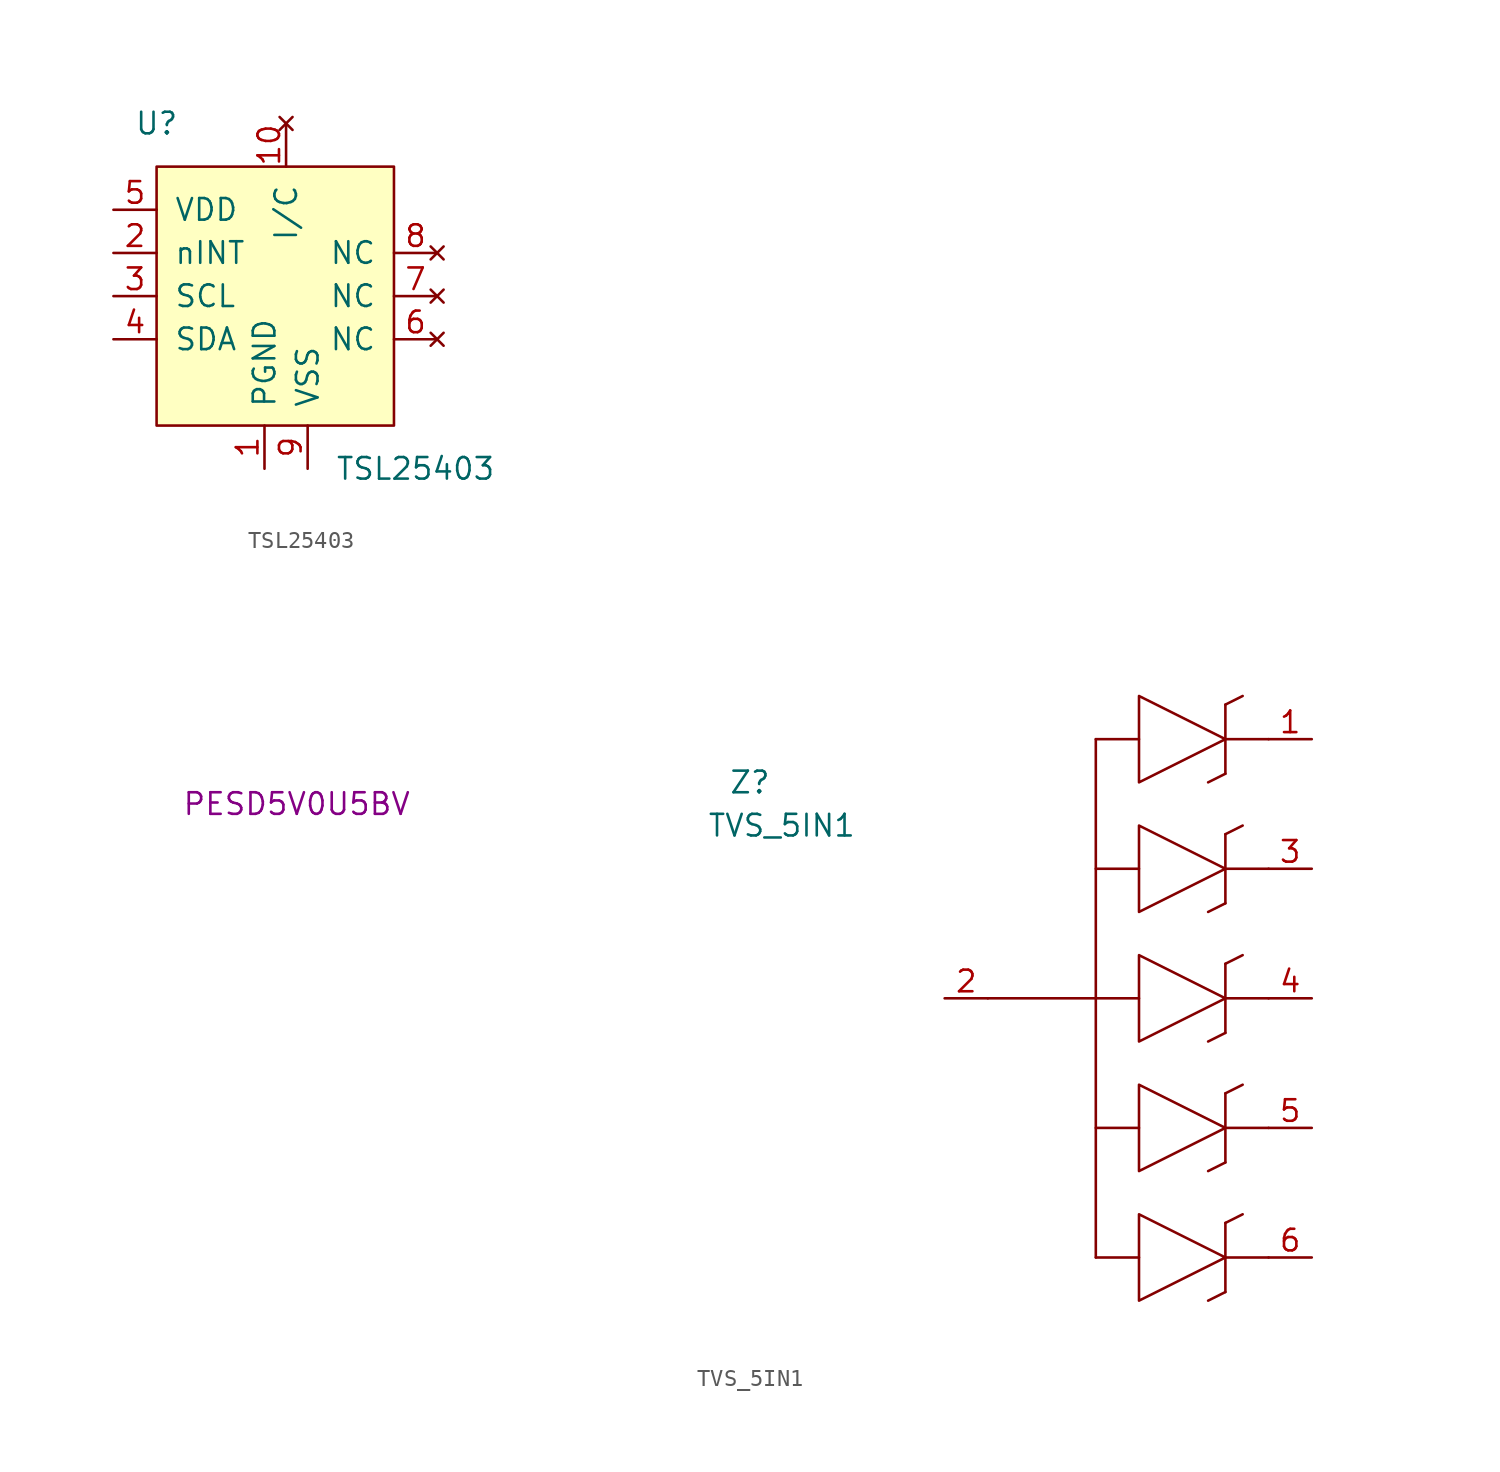
<source format=kicad_sym>
(kicad_symbol_lib
  (version 20211014)
  (generator kicad_symbol_editor)
  (symbol "TSL25403"
    (pin_names
      (offset 1.016))
    (property "Reference" "U"
      (at -7.62 8.89 0)
      (effects (font (size 1.27 1.27))))
    (property "Value" "TSL25403"
      (at 7.62 -11.43 0)
      (effects (font (size 1.27 1.27))))
    (symbol "TSL25403_0_1"
      (rectangle (start -7.62 6.35) (end 6.35 -8.89) (stroke (width 0) (type default) (color 0 0 0 0)) (fill (type background))))
    (symbol "TSL25403_1_1"
      (pin input line (at -1.27 -11.43 90) (length 2.54) (name "PGND" (effects (font (size 1.27 1.27)))) (number "1" (effects (font (size 1.27 1.27)))))
      (pin no_connect line (at 0 8.89 270) (length 2.54) (name "I/C" (effects (font (size 1.27 1.27)))) (number "10" (effects (font (size 1.27 1.27)))))
      (pin input line (at -10.16 1.27 0) (length 2.54) (name "nINT" (effects (font (size 1.27 1.27)))) (number "2" (effects (font (size 1.27 1.27)))))
      (pin input line (at -10.16 -1.27 0) (length 2.54) (name "SCL" (effects (font (size 1.27 1.27)))) (number "3" (effects (font (size 1.27 1.27)))))
      (pin input line (at -10.16 -3.81 0) (length 2.54) (name "SDA" (effects (font (size 1.27 1.27)))) (number "4" (effects (font (size 1.27 1.27)))))
      (pin input line (at -10.16 3.81 0) (length 2.54) (name "VDD" (effects (font (size 1.27 1.27)))) (number "5" (effects (font (size 1.27 1.27)))))
      (pin no_connect line (at 8.89 -3.81 180) (length 2.54) (name "NC" (effects (font (size 1.27 1.27)))) (number "6" (effects (font (size 1.27 1.27)))))
      (pin no_connect line (at 8.89 -1.27 180) (length 2.54) (name "NC" (effects (font (size 1.27 1.27)))) (number "7" (effects (font (size 1.27 1.27)))))
      (pin no_connect line (at 8.89 1.27 180) (length 2.54) (name "NC" (effects (font (size 1.27 1.27)))) (number "8" (effects (font (size 1.27 1.27)))))
      (pin input line (at 1.27 -11.43 90) (length 2.54) (name "VSS" (effects (font (size 1.27 1.27)))) (number "9" (effects (font (size 1.27 1.27)))))))
  (symbol "TVS_5IN1"
    (pin_names
      (offset 0.762))
    (property "Reference" "Z"
      (at 25.4 1.27 0)
      (effects (font (size 1.27 1.27)) (justify left)))
    (property "Value" "TVS_5IN1"
      (at 24.13 -1.27 0)
      (effects (font (size 1.27 1.27)) (justify left)))
    (property "MPN" "PESD5V0U5BV"
      (at 0 0 0)
      (effects (font (size 1.27 1.27))))
    (symbol "TVS_5IN1_0_0"
      (pin passive line (at 59.69 3.81 180) (length 2.54) (name "~" (effects (font (size 1.27 1.27)))) (number "1" (effects (font (size 1.27 1.27)))))
      (pin passive line (at 38.1 -11.43 0) (length 2.54) (name "~" (effects (font (size 1.27 1.27)))) (number "2" (effects (font (size 1.27 1.27))))))
    (symbol "TVS_5IN1_0_1"
      (polyline (pts (xy 46.99 -11.43) (xy 46.99 -26.67)) (stroke (width 0) (type default) (color 0 0 0 0)) (fill (type none)))
      (polyline (pts (xy 46.99 3.81) (xy 49.53 3.81)) (stroke (width 0.152) (type default) (color 0 0 0 0)) (fill (type none)))
      (polyline (pts (xy 54.61 1.778) (xy 53.594 1.27)) (stroke (width 0.152) (type default) (color 0 0 0 0)) (fill (type none)))
      (polyline (pts (xy 54.61 1.778) (xy 54.61 5.842)) (stroke (width 0.152) (type default) (color 0 0 0 0)) (fill (type none)))
      (polyline (pts (xy 55.626 6.35) (xy 54.61 5.842)) (stroke (width 0.152) (type default) (color 0 0 0 0)) (fill (type none)))
      (polyline (pts (xy 57.15 3.81) (xy 54.61 3.81)) (stroke (width 0.152) (type default) (color 0 0 0 0)) (fill (type none)))
      (polyline (pts (xy 40.64 -11.43) (xy 46.99 -11.43) (xy 46.99 3.81)) (stroke (width 0) (type default) (color 0 0 0 0)) (fill (type none)))
      (polyline (pts (xy 54.61 3.81) (xy 49.53 1.27) (xy 49.53 6.35) (xy 54.61 3.81)) (stroke (width 0.152) (type default) (color 0 0 0 0)) (fill (type none))))
    (symbol "TVS_5IN1_1_1"
      (polyline (pts (xy 46.99 -26.67) (xy 49.53 -26.67)) (stroke (width 0.152) (type default) (color 0 0 0 0)) (fill (type none)))
      (polyline (pts (xy 46.99 -19.05) (xy 49.53 -19.05)) (stroke (width 0.152) (type default) (color 0 0 0 0)) (fill (type none)))
      (polyline (pts (xy 46.99 -11.43) (xy 49.53 -11.43)) (stroke (width 0.152) (type default) (color 0 0 0 0)) (fill (type none)))
      (polyline (pts (xy 46.99 -3.81) (xy 49.53 -3.81)) (stroke (width 0.152) (type default) (color 0 0 0 0)) (fill (type none)))
      (polyline (pts (xy 54.61 -28.702) (xy 53.594 -29.21)) (stroke (width 0.152) (type default) (color 0 0 0 0)) (fill (type none)))
      (polyline (pts (xy 54.61 -28.702) (xy 54.61 -24.638)) (stroke (width 0.152) (type default) (color 0 0 0 0)) (fill (type none)))
      (polyline (pts (xy 54.61 -21.082) (xy 53.594 -21.59)) (stroke (width 0.152) (type default) (color 0 0 0 0)) (fill (type none)))
      (polyline (pts (xy 54.61 -21.082) (xy 54.61 -17.018)) (stroke (width 0.152) (type default) (color 0 0 0 0)) (fill (type none)))
      (polyline (pts (xy 54.61 -13.462) (xy 53.594 -13.97)) (stroke (width 0.152) (type default) (color 0 0 0 0)) (fill (type none)))
      (polyline (pts (xy 54.61 -13.462) (xy 54.61 -9.398)) (stroke (width 0.152) (type default) (color 0 0 0 0)) (fill (type none)))
      (polyline (pts (xy 54.61 -5.842) (xy 53.594 -6.35)) (stroke (width 0.152) (type default) (color 0 0 0 0)) (fill (type none)))
      (polyline (pts (xy 54.61 -5.842) (xy 54.61 -1.778)) (stroke (width 0.152) (type default) (color 0 0 0 0)) (fill (type none)))
      (polyline (pts (xy 55.626 -24.13) (xy 54.61 -24.638)) (stroke (width 0.152) (type default) (color 0 0 0 0)) (fill (type none)))
      (polyline (pts (xy 55.626 -16.51) (xy 54.61 -17.018)) (stroke (width 0.152) (type default) (color 0 0 0 0)) (fill (type none)))
      (polyline (pts (xy 55.626 -8.89) (xy 54.61 -9.398)) (stroke (width 0.152) (type default) (color 0 0 0 0)) (fill (type none)))
      (polyline (pts (xy 55.626 -1.27) (xy 54.61 -1.778)) (stroke (width 0.152) (type default) (color 0 0 0 0)) (fill (type none)))
      (polyline (pts (xy 57.15 -26.67) (xy 54.61 -26.67)) (stroke (width 0.152) (type default) (color 0 0 0 0)) (fill (type none)))
      (polyline (pts (xy 57.15 -19.05) (xy 54.61 -19.05)) (stroke (width 0.152) (type default) (color 0 0 0 0)) (fill (type none)))
      (polyline (pts (xy 57.15 -11.43) (xy 54.61 -11.43)) (stroke (width 0.152) (type default) (color 0 0 0 0)) (fill (type none)))
      (polyline (pts (xy 57.15 -3.81) (xy 54.61 -3.81)) (stroke (width 0.152) (type default) (color 0 0 0 0)) (fill (type none)))
      (polyline (pts (xy 54.61 -26.67) (xy 49.53 -29.21) (xy 49.53 -24.13) (xy 54.61 -26.67)) (stroke (width 0.152) (type default) (color 0 0 0 0)) (fill (type none)))
      (polyline (pts (xy 54.61 -19.05) (xy 49.53 -21.59) (xy 49.53 -16.51) (xy 54.61 -19.05)) (stroke (width 0.152) (type default) (color 0 0 0 0)) (fill (type none)))
      (polyline (pts (xy 54.61 -11.43) (xy 49.53 -13.97) (xy 49.53 -8.89) (xy 54.61 -11.43)) (stroke (width 0.152) (type default) (color 0 0 0 0)) (fill (type none)))
      (polyline (pts (xy 54.61 -3.81) (xy 49.53 -6.35) (xy 49.53 -1.27) (xy 54.61 -3.81)) (stroke (width 0.152) (type default) (color 0 0 0 0)) (fill (type none)))
      (pin passive line (at 59.69 -3.81 180) (length 2.54) (name "~" (effects (font (size 1.27 1.27)))) (number "3" (effects (font (size 1.27 1.27)))))
      (pin passive line (at 59.69 -11.43 180) (length 2.54) (name "~" (effects (font (size 1.27 1.27)))) (number "4" (effects (font (size 1.27 1.27)))))
      (pin passive line (at 59.69 -19.05 180) (length 2.54) (name "~" (effects (font (size 1.27 1.27)))) (number "5" (effects (font (size 1.27 1.27)))))
      (pin passive line (at 59.69 -26.67 180) (length 2.54) (name "~" (effects (font (size 1.27 1.27)))) (number "6" (effects (font (size 1.27 1.27))))))))
</source>
